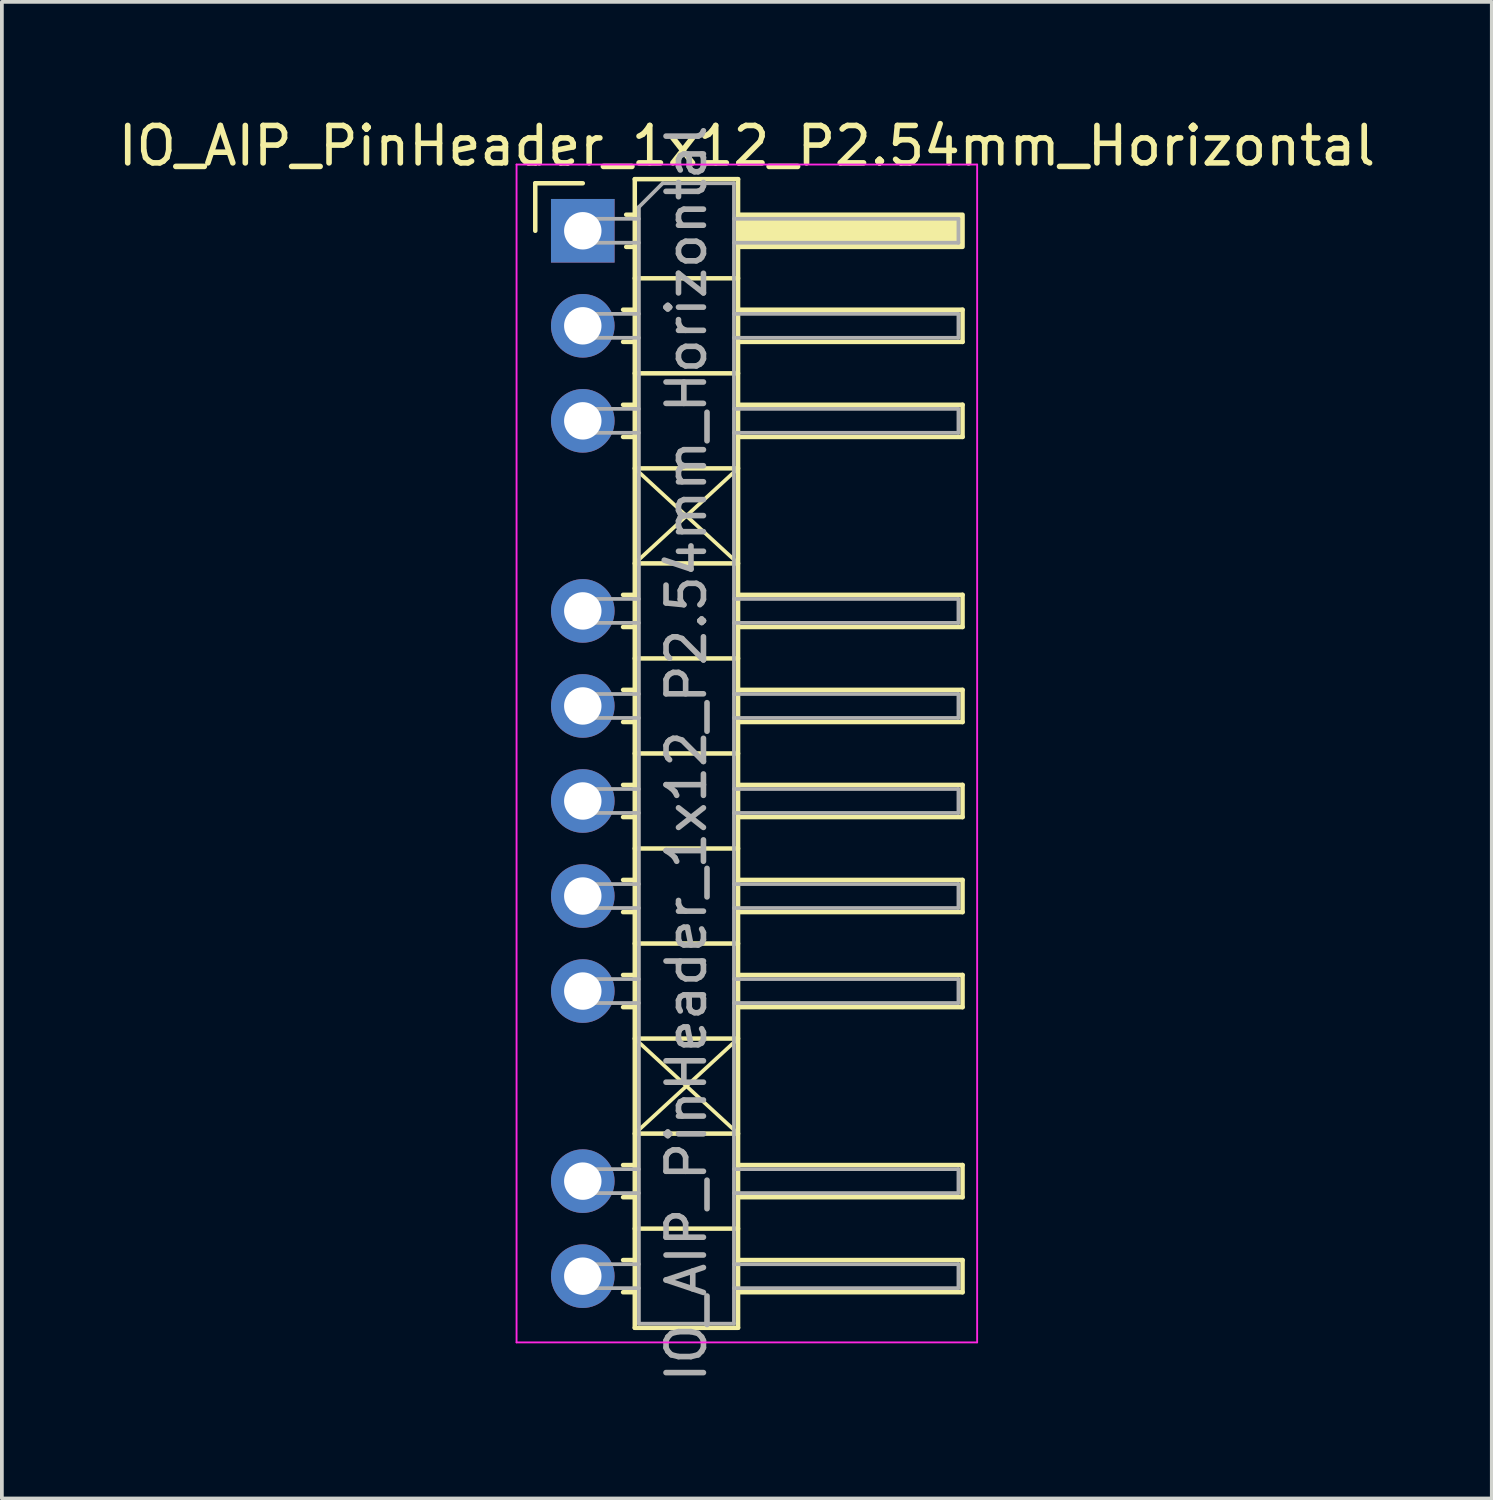
<source format=kicad_pcb>
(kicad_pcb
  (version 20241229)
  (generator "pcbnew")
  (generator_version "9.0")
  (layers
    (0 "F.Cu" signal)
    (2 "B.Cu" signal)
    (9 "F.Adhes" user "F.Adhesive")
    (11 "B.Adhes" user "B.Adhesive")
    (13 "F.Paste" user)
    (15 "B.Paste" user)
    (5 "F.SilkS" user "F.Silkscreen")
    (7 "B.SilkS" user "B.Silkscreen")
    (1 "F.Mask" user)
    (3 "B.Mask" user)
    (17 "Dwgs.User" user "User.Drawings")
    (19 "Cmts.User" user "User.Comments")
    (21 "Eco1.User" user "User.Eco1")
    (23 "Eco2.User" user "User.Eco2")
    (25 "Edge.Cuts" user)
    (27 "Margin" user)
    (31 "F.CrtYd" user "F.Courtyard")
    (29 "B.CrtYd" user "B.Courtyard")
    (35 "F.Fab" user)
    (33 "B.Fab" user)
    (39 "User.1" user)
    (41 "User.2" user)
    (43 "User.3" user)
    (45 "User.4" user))
  (footprint "IO_AIP_PinHeader_1x12_P2.54mm_Horizontal"
    (layer "F.Cu")
    (at 12.526 3.118)
    (property "Reference" "IO_AIP_PinHeader_1x12_P2.54mm_Horizontal" (at 4.385 -2.27 0) (layer "F.SilkS") (effects (font (size 1 1) (thickness 0.15))))
    (attr through_hole)
    (fp_line (start -1.27 -1.27) (end 0 -1.27) (stroke (width 0.12) (type solid)) (layer "F.SilkS"))
    (fp_line (start -1.27 0) (end -1.27 -1.27) (stroke (width 0.12) (type solid)) (layer "F.SilkS"))
    (fp_line (start 1.077 2.11) (end 1.39 2.11) (stroke (width 0.12) (type solid)) (layer "F.SilkS"))
    (fp_line (start 1.077 2.97) (end 1.39 2.97) (stroke (width 0.12) (type solid)) (layer "F.SilkS"))
    (fp_line (start 1.077 4.65) (end 1.39 4.65) (stroke (width 0.12) (type solid)) (layer "F.SilkS"))
    (fp_line (start 1.077 5.51) (end 1.39 5.51) (stroke (width 0.12) (type solid)) (layer "F.SilkS"))
    (fp_line (start 1.077 9.73) (end 1.39 9.73) (stroke (width 0.12) (type solid)) (layer "F.SilkS"))
    (fp_line (start 1.077 10.59) (end 1.39 10.59) (stroke (width 0.12) (type solid)) (layer "F.SilkS"))
    (fp_line (start 1.077 12.27) (end 1.39 12.27) (stroke (width 0.12) (type solid)) (layer "F.SilkS"))
    (fp_line (start 1.077 13.13) (end 1.39 13.13) (stroke (width 0.12) (type solid)) (layer "F.SilkS"))
    (fp_line (start 1.077 14.81) (end 1.39 14.81) (stroke (width 0.12) (type solid)) (layer "F.SilkS"))
    (fp_line (start 1.077 15.67) (end 1.39 15.67) (stroke (width 0.12) (type solid)) (layer "F.SilkS"))
    (fp_line (start 1.077 17.35) (end 1.39 17.35) (stroke (width 0.12) (type solid)) (layer "F.SilkS"))
    (fp_line (start 1.077 18.21) (end 1.39 18.21) (stroke (width 0.12) (type solid)) (layer "F.SilkS"))
    (fp_line (start 1.077 19.89) (end 1.39 19.89) (stroke (width 0.12) (type solid)) (layer "F.SilkS"))
    (fp_line (start 1.077 20.75) (end 1.39 20.75) (stroke (width 0.12) (type solid)) (layer "F.SilkS"))
    (fp_line (start 1.077 24.97) (end 1.39 24.97) (stroke (width 0.12) (type solid)) (layer "F.SilkS"))
    (fp_line (start 1.077 25.83) (end 1.39 25.83) (stroke (width 0.12) (type solid)) (layer "F.SilkS"))
    (fp_line (start 1.077 27.51) (end 1.39 27.51) (stroke (width 0.12) (type solid)) (layer "F.SilkS"))
    (fp_line (start 1.077 28.37) (end 1.39 28.37) (stroke (width 0.12) (type solid)) (layer "F.SilkS"))
    (fp_line (start 1.16 -0.43) (end 1.39 -0.43) (stroke (width 0.12) (type solid)) (layer "F.SilkS"))
    (fp_line (start 1.16 0.43) (end 1.39 0.43) (stroke (width 0.12) (type solid)) (layer "F.SilkS"))
    (fp_line (start 1.39 -1.38) (end 1.39 29.32) (stroke (width 0.12) (type solid)) (layer "F.SilkS"))
    (fp_line (start 1.39 1.27) (end 4.15 1.27) (stroke (width 0.12) (type solid)) (layer "F.SilkS"))
    (fp_line (start 1.39 3.81) (end 4.15 3.81) (stroke (width 0.12) (type solid)) (layer "F.SilkS"))
    (fp_line (start 1.39 6.35) (end 4.15 6.35) (stroke (width 0.12) (type solid)) (layer "F.SilkS"))
    (fp_line (start 1.39 6.35) (end 4.15 8.89) (stroke (width 0.1) (type default)) (layer "F.SilkS"))
    (fp_line (start 1.39 8.89) (end 4.15 8.89) (stroke (width 0.12) (type solid)) (layer "F.SilkS"))
    (fp_line (start 1.39 11.43) (end 4.15 11.43) (stroke (width 0.12) (type solid)) (layer "F.SilkS"))
    (fp_line (start 1.39 13.97) (end 4.15 13.97) (stroke (width 0.12) (type solid)) (layer "F.SilkS"))
    (fp_line (start 1.39 16.51) (end 4.15 16.51) (stroke (width 0.12) (type solid)) (layer "F.SilkS"))
    (fp_line (start 1.39 19.05) (end 4.15 19.05) (stroke (width 0.12) (type solid)) (layer "F.SilkS"))
    (fp_line (start 1.39 21.59) (end 4.15 21.59) (stroke (width 0.12) (type solid)) (layer "F.SilkS"))
    (fp_line (start 1.39 21.59) (end 4.15 24.13) (stroke (width 0.1) (type default)) (layer "F.SilkS"))
    (fp_line (start 1.39 24.13) (end 4.15 24.13) (stroke (width 0.12) (type solid)) (layer "F.SilkS"))
    (fp_line (start 1.39 26.67) (end 4.15 26.67) (stroke (width 0.12) (type solid)) (layer "F.SilkS"))
    (fp_line (start 1.39 29.32) (end 4.15 29.32) (stroke (width 0.12) (type solid)) (layer "F.SilkS"))
    (fp_line (start 4.15 -1.38) (end 1.39 -1.38) (stroke (width 0.12) (type solid)) (layer "F.SilkS"))
    (fp_line (start 4.15 2.11) (end 10.15 2.11) (stroke (width 0.12) (type solid)) (layer "F.SilkS"))
    (fp_line (start 4.15 4.65) (end 10.15 4.65) (stroke (width 0.12) (type solid)) (layer "F.SilkS"))
    (fp_line (start 4.15 6.35) (end 1.39 8.89) (stroke (width 0.1) (type default)) (layer "F.SilkS"))
    (fp_line (start 4.15 9.73) (end 10.15 9.73) (stroke (width 0.12) (type solid)) (layer "F.SilkS"))
    (fp_line (start 4.15 12.27) (end 10.15 12.27) (stroke (width 0.12) (type solid)) (layer "F.SilkS"))
    (fp_line (start 4.15 14.81) (end 10.15 14.81) (stroke (width 0.12) (type solid)) (layer "F.SilkS"))
    (fp_line (start 4.15 17.35) (end 10.15 17.35) (stroke (width 0.12) (type solid)) (layer "F.SilkS"))
    (fp_line (start 4.15 19.89) (end 10.15 19.89) (stroke (width 0.12) (type solid)) (layer "F.SilkS"))
    (fp_line (start 4.15 21.59) (end 1.39 24.13) (stroke (width 0.1) (type default)) (layer "F.SilkS"))
    (fp_line (start 4.15 24.97) (end 10.15 24.97) (stroke (width 0.12) (type solid)) (layer "F.SilkS"))
    (fp_line (start 4.15 27.51) (end 10.15 27.51) (stroke (width 0.12) (type solid)) (layer "F.SilkS"))
    (fp_line (start 4.15 29.32) (end 4.15 -1.38) (stroke (width 0.12) (type solid)) (layer "F.SilkS"))
    (fp_line (start 10.15 2.11) (end 10.15 2.97) (stroke (width 0.12) (type solid)) (layer "F.SilkS"))
    (fp_line (start 10.15 2.97) (end 4.15 2.97) (stroke (width 0.12) (type solid)) (layer "F.SilkS"))
    (fp_line (start 10.15 4.65) (end 10.15 5.51) (stroke (width 0.12) (type solid)) (layer "F.SilkS"))
    (fp_line (start 10.15 5.51) (end 4.15 5.51) (stroke (width 0.12) (type solid)) (layer "F.SilkS"))
    (fp_line (start 10.15 9.73) (end 10.15 10.59) (stroke (width 0.12) (type solid)) (layer "F.SilkS"))
    (fp_line (start 10.15 10.59) (end 4.15 10.59) (stroke (width 0.12) (type solid)) (layer "F.SilkS"))
    (fp_line (start 10.15 12.27) (end 10.15 13.13) (stroke (width 0.12) (type solid)) (layer "F.SilkS"))
    (fp_line (start 10.15 13.13) (end 4.15 13.13) (stroke (width 0.12) (type solid)) (layer "F.SilkS"))
    (fp_line (start 10.15 14.81) (end 10.15 15.67) (stroke (width 0.12) (type solid)) (layer "F.SilkS"))
    (fp_line (start 10.15 15.67) (end 4.15 15.67) (stroke (width 0.12) (type solid)) (layer "F.SilkS"))
    (fp_line (start 10.15 17.35) (end 10.15 18.21) (stroke (width 0.12) (type solid)) (layer "F.SilkS"))
    (fp_line (start 10.15 18.21) (end 4.15 18.21) (stroke (width 0.12) (type solid)) (layer "F.SilkS"))
    (fp_line (start 10.15 19.89) (end 10.15 20.75) (stroke (width 0.12) (type solid)) (layer "F.SilkS"))
    (fp_line (start 10.15 20.75) (end 4.15 20.75) (stroke (width 0.12) (type solid)) (layer "F.SilkS"))
    (fp_line (start 10.15 24.97) (end 10.15 25.83) (stroke (width 0.12) (type solid)) (layer "F.SilkS"))
    (fp_line (start 10.15 25.83) (end 4.15 25.83) (stroke (width 0.12) (type solid)) (layer "F.SilkS"))
    (fp_line (start 10.15 27.51) (end 10.15 28.37) (stroke (width 0.12) (type solid)) (layer "F.SilkS"))
    (fp_line (start 10.15 28.37) (end 4.15 28.37) (stroke (width 0.12) (type solid)) (layer "F.SilkS"))
    (fp_rect (start 4.15 -0.43) (end 10.15 0.43) (stroke (width 0.12) (type solid)) (fill yes) (layer "F.SilkS"))
    (fp_line (start -1.77 -1.77) (end -1.77 29.71) (stroke (width 0.05) (type solid)) (layer "F.CrtYd"))
    (fp_line (start -1.77 29.71) (end 10.54 29.71) (stroke (width 0.05) (type solid)) (layer "F.CrtYd"))
    (fp_line (start 10.54 -1.77) (end -1.77 -1.77) (stroke (width 0.05) (type solid)) (layer "F.CrtYd"))
    (fp_line (start 10.54 29.71) (end 10.54 -1.77) (stroke (width 0.05) (type solid)) (layer "F.CrtYd"))
    (fp_line (start -0.32 -0.32) (end -0.32 0.32) (stroke (width 0.1) (type solid)) (layer "F.Fab"))
    (fp_line (start -0.32 -0.32) (end 1.5 -0.32) (stroke (width 0.1) (type solid)) (layer "F.Fab"))
    (fp_line (start -0.32 0.32) (end 1.5 0.32) (stroke (width 0.1) (type solid)) (layer "F.Fab"))
    (fp_line (start -0.32 2.22) (end -0.32 2.86) (stroke (width 0.1) (type solid)) (layer "F.Fab"))
    (fp_line (start -0.32 2.22) (end 1.5 2.22) (stroke (width 0.1) (type solid)) (layer "F.Fab"))
    (fp_line (start -0.32 2.86) (end 1.5 2.86) (stroke (width 0.1) (type solid)) (layer "F.Fab"))
    (fp_line (start -0.32 4.76) (end -0.32 5.4) (stroke (width 0.1) (type solid)) (layer "F.Fab"))
    (fp_line (start -0.32 4.76) (end 1.5 4.76) (stroke (width 0.1) (type solid)) (layer "F.Fab"))
    (fp_line (start -0.32 5.4) (end 1.5 5.4) (stroke (width 0.1) (type solid)) (layer "F.Fab"))
    (fp_line (start -0.32 9.84) (end -0.32 10.48) (stroke (width 0.1) (type solid)) (layer "F.Fab"))
    (fp_line (start -0.32 9.84) (end 1.5 9.84) (stroke (width 0.1) (type solid)) (layer "F.Fab"))
    (fp_line (start -0.32 10.48) (end 1.5 10.48) (stroke (width 0.1) (type solid)) (layer "F.Fab"))
    (fp_line (start -0.32 12.38) (end -0.32 13.02) (stroke (width 0.1) (type solid)) (layer "F.Fab"))
    (fp_line (start -0.32 12.38) (end 1.5 12.38) (stroke (width 0.1) (type solid)) (layer "F.Fab"))
    (fp_line (start -0.32 13.02) (end 1.5 13.02) (stroke (width 0.1) (type solid)) (layer "F.Fab"))
    (fp_line (start -0.32 14.92) (end -0.32 15.56) (stroke (width 0.1) (type solid)) (layer "F.Fab"))
    (fp_line (start -0.32 14.92) (end 1.5 14.92) (stroke (width 0.1) (type solid)) (layer "F.Fab"))
    (fp_line (start -0.32 15.56) (end 1.5 15.56) (stroke (width 0.1) (type solid)) (layer "F.Fab"))
    (fp_line (start -0.32 17.46) (end -0.32 18.1) (stroke (width 0.1) (type solid)) (layer "F.Fab"))
    (fp_line (start -0.32 17.46) (end 1.5 17.46) (stroke (width 0.1) (type solid)) (layer "F.Fab"))
    (fp_line (start -0.32 18.1) (end 1.5 18.1) (stroke (width 0.1) (type solid)) (layer "F.Fab"))
    (fp_line (start -0.32 20) (end -0.32 20.64) (stroke (width 0.1) (type solid)) (layer "F.Fab"))
    (fp_line (start -0.32 20) (end 1.5 20) (stroke (width 0.1) (type solid)) (layer "F.Fab"))
    (fp_line (start -0.32 20.64) (end 1.5 20.64) (stroke (width 0.1) (type solid)) (layer "F.Fab"))
    (fp_line (start -0.32 25.08) (end -0.32 25.72) (stroke (width 0.1) (type solid)) (layer "F.Fab"))
    (fp_line (start -0.32 25.08) (end 1.5 25.08) (stroke (width 0.1) (type solid)) (layer "F.Fab"))
    (fp_line (start -0.32 25.72) (end 1.5 25.72) (stroke (width 0.1) (type solid)) (layer "F.Fab"))
    (fp_line (start -0.32 27.62) (end -0.32 28.26) (stroke (width 0.1) (type solid)) (layer "F.Fab"))
    (fp_line (start -0.32 27.62) (end 1.5 27.62) (stroke (width 0.1) (type solid)) (layer "F.Fab"))
    (fp_line (start -0.32 28.26) (end 1.5 28.26) (stroke (width 0.1) (type solid)) (layer "F.Fab"))
    (fp_line (start 1.5 -0.635) (end 2.135 -1.27) (stroke (width 0.1) (type solid)) (layer "F.Fab"))
    (fp_line (start 1.5 29.21) (end 1.5 -0.635) (stroke (width 0.1) (type solid)) (layer "F.Fab"))
    (fp_line (start 2.135 -1.27) (end 4.04 -1.27) (stroke (width 0.1) (type solid)) (layer "F.Fab"))
    (fp_line (start 4.04 -1.27) (end 4.04 29.21) (stroke (width 0.1) (type solid)) (layer "F.Fab"))
    (fp_line (start 4.04 -0.32) (end 10.04 -0.32) (stroke (width 0.1) (type solid)) (layer "F.Fab"))
    (fp_line (start 4.04 0.32) (end 10.04 0.32) (stroke (width 0.1) (type solid)) (layer "F.Fab"))
    (fp_line (start 4.04 2.22) (end 10.04 2.22) (stroke (width 0.1) (type solid)) (layer "F.Fab"))
    (fp_line (start 4.04 2.86) (end 10.04 2.86) (stroke (width 0.1) (type solid)) (layer "F.Fab"))
    (fp_line (start 4.04 4.76) (end 10.04 4.76) (stroke (width 0.1) (type solid)) (layer "F.Fab"))
    (fp_line (start 4.04 5.4) (end 10.04 5.4) (stroke (width 0.1) (type solid)) (layer "F.Fab"))
    (fp_line (start 4.04 9.84) (end 10.04 9.84) (stroke (width 0.1) (type solid)) (layer "F.Fab"))
    (fp_line (start 4.04 10.48) (end 10.04 10.48) (stroke (width 0.1) (type solid)) (layer "F.Fab"))
    (fp_line (start 4.04 12.38) (end 10.04 12.38) (stroke (width 0.1) (type solid)) (layer "F.Fab"))
    (fp_line (start 4.04 13.02) (end 10.04 13.02) (stroke (width 0.1) (type solid)) (layer "F.Fab"))
    (fp_line (start 4.04 14.92) (end 10.04 14.92) (stroke (width 0.1) (type solid)) (layer "F.Fab"))
    (fp_line (start 4.04 15.56) (end 10.04 15.56) (stroke (width 0.1) (type solid)) (layer "F.Fab"))
    (fp_line (start 4.04 17.46) (end 10.04 17.46) (stroke (width 0.1) (type solid)) (layer "F.Fab"))
    (fp_line (start 4.04 18.1) (end 10.04 18.1) (stroke (width 0.1) (type solid)) (layer "F.Fab"))
    (fp_line (start 4.04 20) (end 10.04 20) (stroke (width 0.1) (type solid)) (layer "F.Fab"))
    (fp_line (start 4.04 20.64) (end 10.04 20.64) (stroke (width 0.1) (type solid)) (layer "F.Fab"))
    (fp_line (start 4.04 25.08) (end 10.04 25.08) (stroke (width 0.1) (type solid)) (layer "F.Fab"))
    (fp_line (start 4.04 25.72) (end 10.04 25.72) (stroke (width 0.1) (type solid)) (layer "F.Fab"))
    (fp_line (start 4.04 27.62) (end 10.04 27.62) (stroke (width 0.1) (type solid)) (layer "F.Fab"))
    (fp_line (start 4.04 28.26) (end 10.04 28.26) (stroke (width 0.1) (type solid)) (layer "F.Fab"))
    (fp_line (start 4.04 29.21) (end 1.5 29.21) (stroke (width 0.1) (type solid)) (layer "F.Fab"))
    (fp_line (start 10.04 -0.32) (end 10.04 0.32) (stroke (width 0.1) (type solid)) (layer "F.Fab"))
    (fp_line (start 10.04 2.22) (end 10.04 2.86) (stroke (width 0.1) (type solid)) (layer "F.Fab"))
    (fp_line (start 10.04 4.76) (end 10.04 5.4) (stroke (width 0.1) (type solid)) (layer "F.Fab"))
    (fp_line (start 10.04 9.84) (end 10.04 10.48) (stroke (width 0.1) (type solid)) (layer "F.Fab"))
    (fp_line (start 10.04 12.38) (end 10.04 13.02) (stroke (width 0.1) (type solid)) (layer "F.Fab"))
    (fp_line (start 10.04 14.92) (end 10.04 15.56) (stroke (width 0.1) (type solid)) (layer "F.Fab"))
    (fp_line (start 10.04 17.46) (end 10.04 18.1) (stroke (width 0.1) (type solid)) (layer "F.Fab"))
    (fp_line (start 10.04 20) (end 10.04 20.64) (stroke (width 0.1) (type solid)) (layer "F.Fab"))
    (fp_line (start 10.04 25.08) (end 10.04 25.72) (stroke (width 0.1) (type solid)) (layer "F.Fab"))
    (fp_line (start 10.04 27.62) (end 10.04 28.26) (stroke (width 0.1) (type solid)) (layer "F.Fab"))
    (fp_text user "${REFERENCE}" (at 2.77 13.97 90) (layer "F.Fab") (effects (font (size 1 1) (thickness 0.15))))
    (pad "1" thru_hole rect (at 0 0) (size 1.7 1.7) (drill 1) (layers "*.Cu" "*.Mask"))
    (pad "2" thru_hole circle (at 0 2.54) (size 1.7 1.7) (drill 1) (layers "*.Cu" "*.Mask"))
    (pad "3" thru_hole circle (at 0 5.08) (size 1.7 1.7) (drill 1) (layers "*.Cu" "*.Mask"))
    (pad "5" thru_hole circle (at 0 10.16) (size 1.7 1.7) (drill 1) (layers "*.Cu" "*.Mask"))
    (pad "6" thru_hole circle (at 0 12.7) (size 1.7 1.7) (drill 1) (layers "*.Cu" "*.Mask"))
    (pad "7" thru_hole circle (at 0 15.24) (size 1.7 1.7) (drill 1) (layers "*.Cu" "*.Mask"))
    (pad "8" thru_hole circle (at 0 17.78) (size 1.7 1.7) (drill 1) (layers "*.Cu" "*.Mask"))
    (pad "9" thru_hole circle (at 0 20.32) (size 1.7 1.7) (drill 1) (layers "*.Cu" "*.Mask"))
    (pad "11" thru_hole circle (at 0 25.4) (size 1.7 1.7) (drill 1) (layers "*.Cu" "*.Mask"))
    (pad "12" thru_hole circle (at 0 27.94) (size 1.7 1.7) (drill 1) (layers "*.Cu" "*.Mask")))
  (gr_rect
    (start -3 -3)
    (end 36.821 36.999)
    (stroke (width 0.1) (type default))
    (fill no)
    (layer "Edge.Cuts")))
</source>
